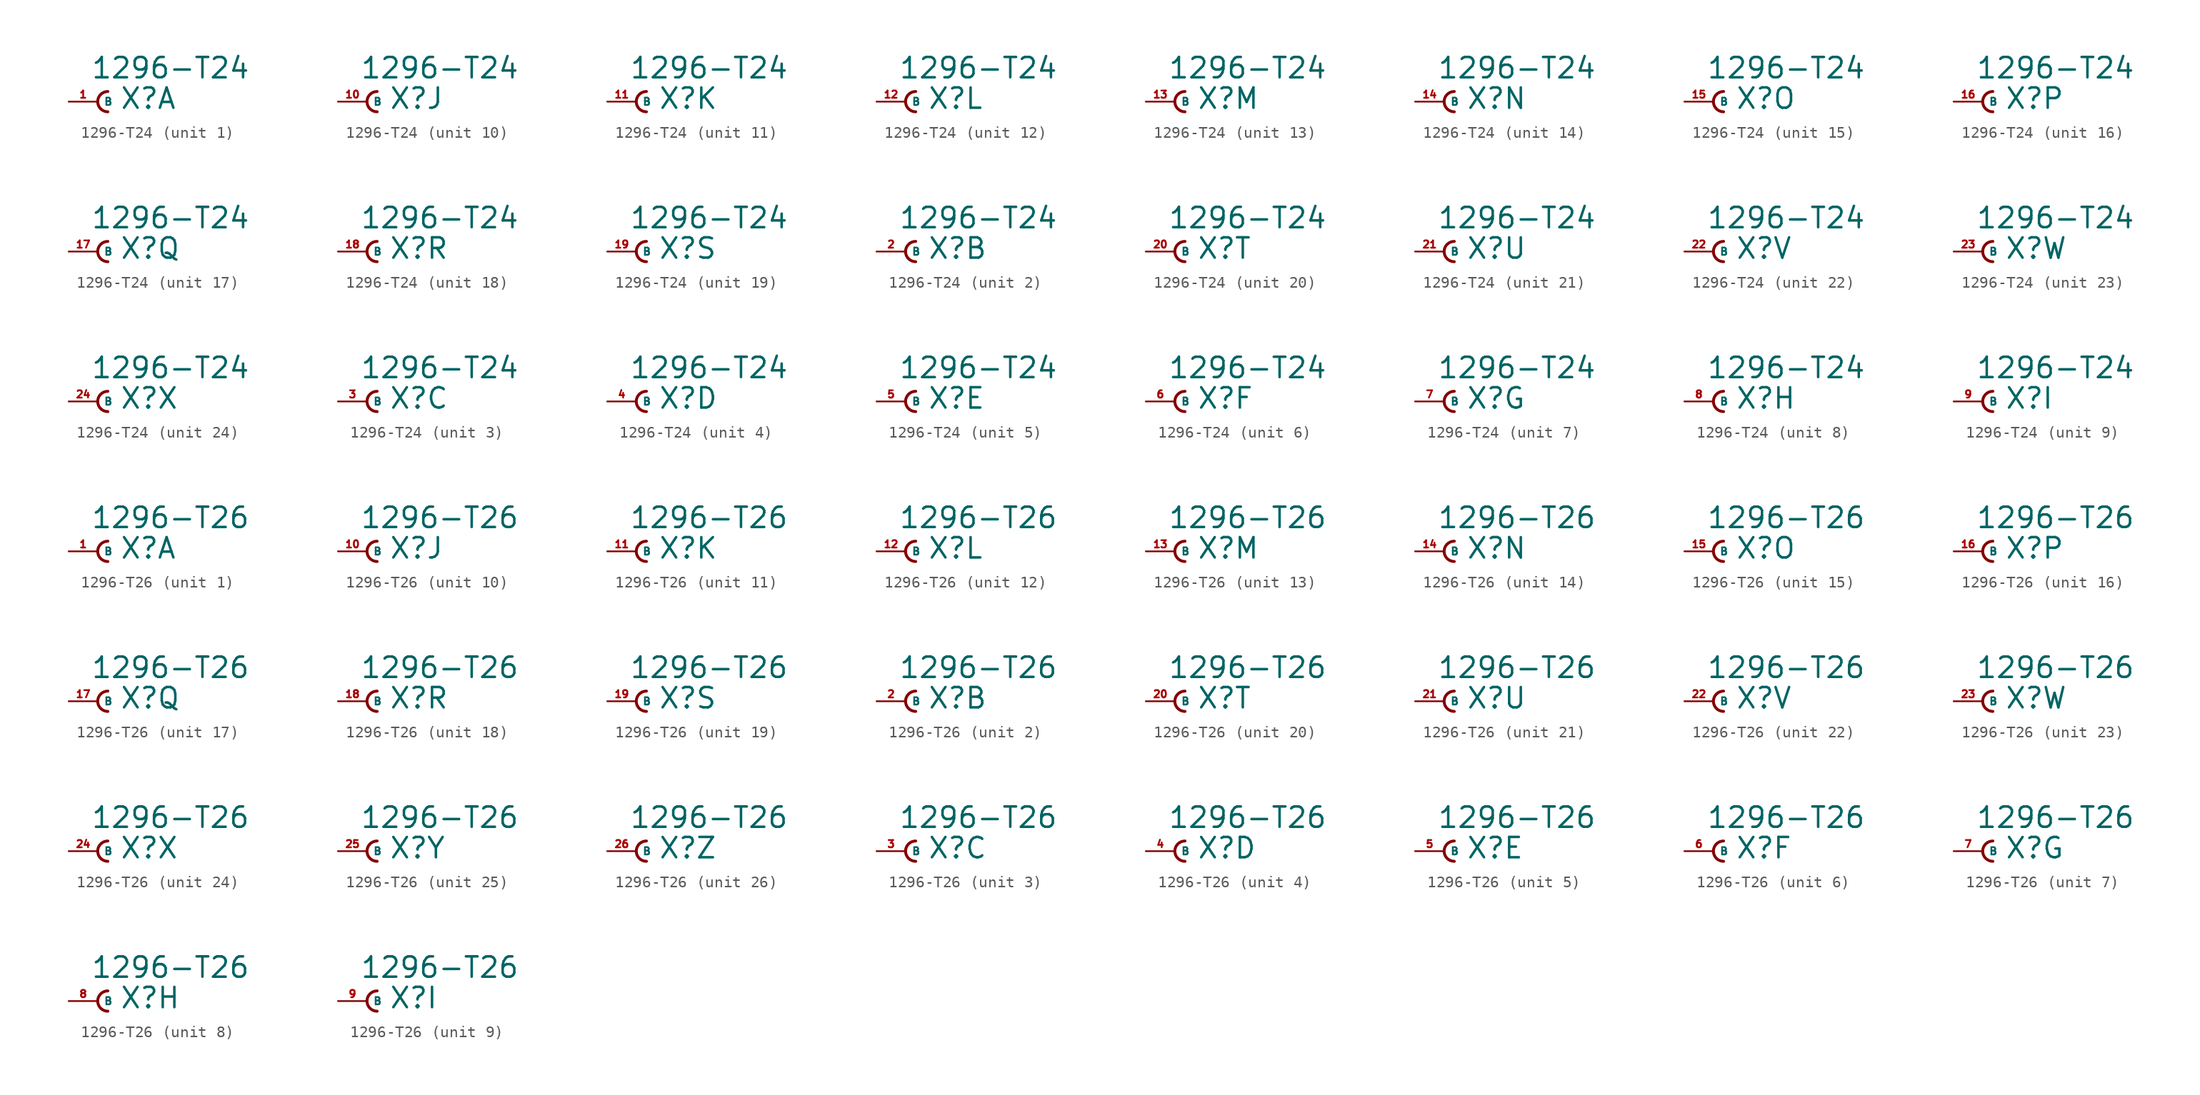
<source format=kicad_sym>
(kicad_symbol_lib
  (version 20220914)
  (generator Eagle2Kicad)
  (symbol "1296-T24"
    (property "Reference" "X"
      (at 1.905 -0.762 0)
      (effects (font (size 1.778 1.778) (thickness 0.22)) (justify left bottom)))
    (property "Value" "1296-T24"
      (at -0.635 1.905 0)
      (effects (font (size 1.778 1.778) (thickness 0.22)) (justify left bottom)))
    (symbol "1296-T24_1_0"
      (arc (start 0.889 0.889) (mid 0.000 0.000) (end 0.889 -0.889) (stroke (width 0.254) (type default)) (fill (type none)))
      (pin passive line (at -2.54 0 0) (length 2.54) (name "B" (effects (font (size 0.635 0.635) (thickness 0.08)) (justify left bottom))) (number "1" (effects (font (size 0.635 0.635) (thickness 0.08)) (justify left bottom)))))
    (symbol "1296-T24_2_0"
      (arc (start 0.889 0.889) (mid 0.000 0.000) (end 0.889 -0.889) (stroke (width 0.254) (type default)) (fill (type none)))
      (pin passive line (at -2.54 0 0) (length 2.54) (name "B" (effects (font (size 0.635 0.635) (thickness 0.08)) (justify left bottom))) (number "2" (effects (font (size 0.635 0.635) (thickness 0.08)) (justify left bottom)))))
    (symbol "1296-T24_3_0"
      (arc (start 0.889 0.889) (mid 0.000 0.000) (end 0.889 -0.889) (stroke (width 0.254) (type default)) (fill (type none)))
      (pin passive line (at -2.54 0 0) (length 2.54) (name "B" (effects (font (size 0.635 0.635) (thickness 0.08)) (justify left bottom))) (number "3" (effects (font (size 0.635 0.635) (thickness 0.08)) (justify left bottom)))))
    (symbol "1296-T24_4_0"
      (arc (start 0.889 0.889) (mid 0.000 0.000) (end 0.889 -0.889) (stroke (width 0.254) (type default)) (fill (type none)))
      (pin passive line (at -2.54 0 0) (length 2.54) (name "B" (effects (font (size 0.635 0.635) (thickness 0.08)) (justify left bottom))) (number "4" (effects (font (size 0.635 0.635) (thickness 0.08)) (justify left bottom)))))
    (symbol "1296-T24_5_0"
      (arc (start 0.889 0.889) (mid 0.000 0.000) (end 0.889 -0.889) (stroke (width 0.254) (type default)) (fill (type none)))
      (pin passive line (at -2.54 0 0) (length 2.54) (name "B" (effects (font (size 0.635 0.635) (thickness 0.08)) (justify left bottom))) (number "5" (effects (font (size 0.635 0.635) (thickness 0.08)) (justify left bottom)))))
    (symbol "1296-T24_6_0"
      (arc (start 0.889 0.889) (mid 0.000 0.000) (end 0.889 -0.889) (stroke (width 0.254) (type default)) (fill (type none)))
      (pin passive line (at -2.54 0 0) (length 2.54) (name "B" (effects (font (size 0.635 0.635) (thickness 0.08)) (justify left bottom))) (number "6" (effects (font (size 0.635 0.635) (thickness 0.08)) (justify left bottom)))))
    (symbol "1296-T24_7_0"
      (arc (start 0.889 0.889) (mid 0.000 0.000) (end 0.889 -0.889) (stroke (width 0.254) (type default)) (fill (type none)))
      (pin passive line (at -2.54 0 0) (length 2.54) (name "B" (effects (font (size 0.635 0.635) (thickness 0.08)) (justify left bottom))) (number "7" (effects (font (size 0.635 0.635) (thickness 0.08)) (justify left bottom)))))
    (symbol "1296-T24_8_0"
      (arc (start 0.889 0.889) (mid 0.000 0.000) (end 0.889 -0.889) (stroke (width 0.254) (type default)) (fill (type none)))
      (pin passive line (at -2.54 0 0) (length 2.54) (name "B" (effects (font (size 0.635 0.635) (thickness 0.08)) (justify left bottom))) (number "8" (effects (font (size 0.635 0.635) (thickness 0.08)) (justify left bottom)))))
    (symbol "1296-T24_9_0"
      (arc (start 0.889 0.889) (mid 0.000 0.000) (end 0.889 -0.889) (stroke (width 0.254) (type default)) (fill (type none)))
      (pin passive line (at -2.54 0 0) (length 2.54) (name "B" (effects (font (size 0.635 0.635) (thickness 0.08)) (justify left bottom))) (number "9" (effects (font (size 0.635 0.635) (thickness 0.08)) (justify left bottom)))))
    (symbol "1296-T24_10_0"
      (arc (start 0.889 0.889) (mid 0.000 0.000) (end 0.889 -0.889) (stroke (width 0.254) (type default)) (fill (type none)))
      (pin passive line (at -2.54 0 0) (length 2.54) (name "B" (effects (font (size 0.635 0.635) (thickness 0.08)) (justify left bottom))) (number "10" (effects (font (size 0.635 0.635) (thickness 0.08)) (justify left bottom)))))
    (symbol "1296-T24_11_0"
      (arc (start 0.889 0.889) (mid 0.000 0.000) (end 0.889 -0.889) (stroke (width 0.254) (type default)) (fill (type none)))
      (pin passive line (at -2.54 0 0) (length 2.54) (name "B" (effects (font (size 0.635 0.635) (thickness 0.08)) (justify left bottom))) (number "11" (effects (font (size 0.635 0.635) (thickness 0.08)) (justify left bottom)))))
    (symbol "1296-T24_12_0"
      (arc (start 0.889 0.889) (mid 0.000 0.000) (end 0.889 -0.889) (stroke (width 0.254) (type default)) (fill (type none)))
      (pin passive line (at -2.54 0 0) (length 2.54) (name "B" (effects (font (size 0.635 0.635) (thickness 0.08)) (justify left bottom))) (number "12" (effects (font (size 0.635 0.635) (thickness 0.08)) (justify left bottom)))))
    (symbol "1296-T24_13_0"
      (arc (start 0.889 0.889) (mid 0.000 0.000) (end 0.889 -0.889) (stroke (width 0.254) (type default)) (fill (type none)))
      (pin passive line (at -2.54 0 0) (length 2.54) (name "B" (effects (font (size 0.635 0.635) (thickness 0.08)) (justify left bottom))) (number "13" (effects (font (size 0.635 0.635) (thickness 0.08)) (justify left bottom)))))
    (symbol "1296-T24_14_0"
      (arc (start 0.889 0.889) (mid 0.000 0.000) (end 0.889 -0.889) (stroke (width 0.254) (type default)) (fill (type none)))
      (pin passive line (at -2.54 0 0) (length 2.54) (name "B" (effects (font (size 0.635 0.635) (thickness 0.08)) (justify left bottom))) (number "14" (effects (font (size 0.635 0.635) (thickness 0.08)) (justify left bottom)))))
    (symbol "1296-T24_15_0"
      (arc (start 0.889 0.889) (mid 0.000 0.000) (end 0.889 -0.889) (stroke (width 0.254) (type default)) (fill (type none)))
      (pin passive line (at -2.54 0 0) (length 2.54) (name "B" (effects (font (size 0.635 0.635) (thickness 0.08)) (justify left bottom))) (number "15" (effects (font (size 0.635 0.635) (thickness 0.08)) (justify left bottom)))))
    (symbol "1296-T24_16_0"
      (arc (start 0.889 0.889) (mid 0.000 0.000) (end 0.889 -0.889) (stroke (width 0.254) (type default)) (fill (type none)))
      (pin passive line (at -2.54 0 0) (length 2.54) (name "B" (effects (font (size 0.635 0.635) (thickness 0.08)) (justify left bottom))) (number "16" (effects (font (size 0.635 0.635) (thickness 0.08)) (justify left bottom)))))
    (symbol "1296-T24_17_0"
      (arc (start 0.889 0.889) (mid 0.000 0.000) (end 0.889 -0.889) (stroke (width 0.254) (type default)) (fill (type none)))
      (pin passive line (at -2.54 0 0) (length 2.54) (name "B" (effects (font (size 0.635 0.635) (thickness 0.08)) (justify left bottom))) (number "17" (effects (font (size 0.635 0.635) (thickness 0.08)) (justify left bottom)))))
    (symbol "1296-T24_18_0"
      (arc (start 0.889 0.889) (mid 0.000 0.000) (end 0.889 -0.889) (stroke (width 0.254) (type default)) (fill (type none)))
      (pin passive line (at -2.54 0 0) (length 2.54) (name "B" (effects (font (size 0.635 0.635) (thickness 0.08)) (justify left bottom))) (number "18" (effects (font (size 0.635 0.635) (thickness 0.08)) (justify left bottom)))))
    (symbol "1296-T24_19_0"
      (arc (start 0.889 0.889) (mid 0.000 0.000) (end 0.889 -0.889) (stroke (width 0.254) (type default)) (fill (type none)))
      (pin passive line (at -2.54 0 0) (length 2.54) (name "B" (effects (font (size 0.635 0.635) (thickness 0.08)) (justify left bottom))) (number "19" (effects (font (size 0.635 0.635) (thickness 0.08)) (justify left bottom)))))
    (symbol "1296-T24_20_0"
      (arc (start 0.889 0.889) (mid 0.000 0.000) (end 0.889 -0.889) (stroke (width 0.254) (type default)) (fill (type none)))
      (pin passive line (at -2.54 0 0) (length 2.54) (name "B" (effects (font (size 0.635 0.635) (thickness 0.08)) (justify left bottom))) (number "20" (effects (font (size 0.635 0.635) (thickness 0.08)) (justify left bottom)))))
    (symbol "1296-T24_21_0"
      (arc (start 0.889 0.889) (mid 0.000 0.000) (end 0.889 -0.889) (stroke (width 0.254) (type default)) (fill (type none)))
      (pin passive line (at -2.54 0 0) (length 2.54) (name "B" (effects (font (size 0.635 0.635) (thickness 0.08)) (justify left bottom))) (number "21" (effects (font (size 0.635 0.635) (thickness 0.08)) (justify left bottom)))))
    (symbol "1296-T24_22_0"
      (arc (start 0.889 0.889) (mid 0.000 0.000) (end 0.889 -0.889) (stroke (width 0.254) (type default)) (fill (type none)))
      (pin passive line (at -2.54 0 0) (length 2.54) (name "B" (effects (font (size 0.635 0.635) (thickness 0.08)) (justify left bottom))) (number "22" (effects (font (size 0.635 0.635) (thickness 0.08)) (justify left bottom)))))
    (symbol "1296-T24_23_0"
      (arc (start 0.889 0.889) (mid 0.000 0.000) (end 0.889 -0.889) (stroke (width 0.254) (type default)) (fill (type none)))
      (pin passive line (at -2.54 0 0) (length 2.54) (name "B" (effects (font (size 0.635 0.635) (thickness 0.08)) (justify left bottom))) (number "23" (effects (font (size 0.635 0.635) (thickness 0.08)) (justify left bottom)))))
    (symbol "1296-T24_24_0"
      (arc (start 0.889 0.889) (mid 0.000 0.000) (end 0.889 -0.889) (stroke (width 0.254) (type default)) (fill (type none)))
      (pin passive line (at -2.54 0 0) (length 2.54) (name "B" (effects (font (size 0.635 0.635) (thickness 0.08)) (justify left bottom))) (number "24" (effects (font (size 0.635 0.635) (thickness 0.08)) (justify left bottom))))))
  (symbol "1296-T26"
    (property "Reference" "X"
      (at 1.905 -0.762 0)
      (effects (font (size 1.778 1.778) (thickness 0.22)) (justify left bottom)))
    (property "Value" "1296-T26"
      (at -0.635 1.905 0)
      (effects (font (size 1.778 1.778) (thickness 0.22)) (justify left bottom)))
    (symbol "1296-T26_1_0"
      (arc (start 0.889 0.889) (mid 0.000 0.000) (end 0.889 -0.889) (stroke (width 0.254) (type default)) (fill (type none)))
      (pin passive line (at -2.54 0 0) (length 2.54) (name "B" (effects (font (size 0.635 0.635) (thickness 0.08)) (justify left bottom))) (number "1" (effects (font (size 0.635 0.635) (thickness 0.08)) (justify left bottom)))))
    (symbol "1296-T26_2_0"
      (arc (start 0.889 0.889) (mid 0.000 0.000) (end 0.889 -0.889) (stroke (width 0.254) (type default)) (fill (type none)))
      (pin passive line (at -2.54 0 0) (length 2.54) (name "B" (effects (font (size 0.635 0.635) (thickness 0.08)) (justify left bottom))) (number "2" (effects (font (size 0.635 0.635) (thickness 0.08)) (justify left bottom)))))
    (symbol "1296-T26_3_0"
      (arc (start 0.889 0.889) (mid 0.000 0.000) (end 0.889 -0.889) (stroke (width 0.254) (type default)) (fill (type none)))
      (pin passive line (at -2.54 0 0) (length 2.54) (name "B" (effects (font (size 0.635 0.635) (thickness 0.08)) (justify left bottom))) (number "3" (effects (font (size 0.635 0.635) (thickness 0.08)) (justify left bottom)))))
    (symbol "1296-T26_4_0"
      (arc (start 0.889 0.889) (mid 0.000 0.000) (end 0.889 -0.889) (stroke (width 0.254) (type default)) (fill (type none)))
      (pin passive line (at -2.54 0 0) (length 2.54) (name "B" (effects (font (size 0.635 0.635) (thickness 0.08)) (justify left bottom))) (number "4" (effects (font (size 0.635 0.635) (thickness 0.08)) (justify left bottom)))))
    (symbol "1296-T26_5_0"
      (arc (start 0.889 0.889) (mid 0.000 0.000) (end 0.889 -0.889) (stroke (width 0.254) (type default)) (fill (type none)))
      (pin passive line (at -2.54 0 0) (length 2.54) (name "B" (effects (font (size 0.635 0.635) (thickness 0.08)) (justify left bottom))) (number "5" (effects (font (size 0.635 0.635) (thickness 0.08)) (justify left bottom)))))
    (symbol "1296-T26_6_0"
      (arc (start 0.889 0.889) (mid 0.000 0.000) (end 0.889 -0.889) (stroke (width 0.254) (type default)) (fill (type none)))
      (pin passive line (at -2.54 0 0) (length 2.54) (name "B" (effects (font (size 0.635 0.635) (thickness 0.08)) (justify left bottom))) (number "6" (effects (font (size 0.635 0.635) (thickness 0.08)) (justify left bottom)))))
    (symbol "1296-T26_7_0"
      (arc (start 0.889 0.889) (mid 0.000 0.000) (end 0.889 -0.889) (stroke (width 0.254) (type default)) (fill (type none)))
      (pin passive line (at -2.54 0 0) (length 2.54) (name "B" (effects (font (size 0.635 0.635) (thickness 0.08)) (justify left bottom))) (number "7" (effects (font (size 0.635 0.635) (thickness 0.08)) (justify left bottom)))))
    (symbol "1296-T26_8_0"
      (arc (start 0.889 0.889) (mid 0.000 0.000) (end 0.889 -0.889) (stroke (width 0.254) (type default)) (fill (type none)))
      (pin passive line (at -2.54 0 0) (length 2.54) (name "B" (effects (font (size 0.635 0.635) (thickness 0.08)) (justify left bottom))) (number "8" (effects (font (size 0.635 0.635) (thickness 0.08)) (justify left bottom)))))
    (symbol "1296-T26_9_0"
      (arc (start 0.889 0.889) (mid 0.000 0.000) (end 0.889 -0.889) (stroke (width 0.254) (type default)) (fill (type none)))
      (pin passive line (at -2.54 0 0) (length 2.54) (name "B" (effects (font (size 0.635 0.635) (thickness 0.08)) (justify left bottom))) (number "9" (effects (font (size 0.635 0.635) (thickness 0.08)) (justify left bottom)))))
    (symbol "1296-T26_10_0"
      (arc (start 0.889 0.889) (mid 0.000 0.000) (end 0.889 -0.889) (stroke (width 0.254) (type default)) (fill (type none)))
      (pin passive line (at -2.54 0 0) (length 2.54) (name "B" (effects (font (size 0.635 0.635) (thickness 0.08)) (justify left bottom))) (number "10" (effects (font (size 0.635 0.635) (thickness 0.08)) (justify left bottom)))))
    (symbol "1296-T26_11_0"
      (arc (start 0.889 0.889) (mid 0.000 0.000) (end 0.889 -0.889) (stroke (width 0.254) (type default)) (fill (type none)))
      (pin passive line (at -2.54 0 0) (length 2.54) (name "B" (effects (font (size 0.635 0.635) (thickness 0.08)) (justify left bottom))) (number "11" (effects (font (size 0.635 0.635) (thickness 0.08)) (justify left bottom)))))
    (symbol "1296-T26_12_0"
      (arc (start 0.889 0.889) (mid 0.000 0.000) (end 0.889 -0.889) (stroke (width 0.254) (type default)) (fill (type none)))
      (pin passive line (at -2.54 0 0) (length 2.54) (name "B" (effects (font (size 0.635 0.635) (thickness 0.08)) (justify left bottom))) (number "12" (effects (font (size 0.635 0.635) (thickness 0.08)) (justify left bottom)))))
    (symbol "1296-T26_13_0"
      (arc (start 0.889 0.889) (mid 0.000 0.000) (end 0.889 -0.889) (stroke (width 0.254) (type default)) (fill (type none)))
      (pin passive line (at -2.54 0 0) (length 2.54) (name "B" (effects (font (size 0.635 0.635) (thickness 0.08)) (justify left bottom))) (number "13" (effects (font (size 0.635 0.635) (thickness 0.08)) (justify left bottom)))))
    (symbol "1296-T26_14_0"
      (arc (start 0.889 0.889) (mid 0.000 0.000) (end 0.889 -0.889) (stroke (width 0.254) (type default)) (fill (type none)))
      (pin passive line (at -2.54 0 0) (length 2.54) (name "B" (effects (font (size 0.635 0.635) (thickness 0.08)) (justify left bottom))) (number "14" (effects (font (size 0.635 0.635) (thickness 0.08)) (justify left bottom)))))
    (symbol "1296-T26_15_0"
      (arc (start 0.889 0.889) (mid 0.000 0.000) (end 0.889 -0.889) (stroke (width 0.254) (type default)) (fill (type none)))
      (pin passive line (at -2.54 0 0) (length 2.54) (name "B" (effects (font (size 0.635 0.635) (thickness 0.08)) (justify left bottom))) (number "15" (effects (font (size 0.635 0.635) (thickness 0.08)) (justify left bottom)))))
    (symbol "1296-T26_16_0"
      (arc (start 0.889 0.889) (mid 0.000 0.000) (end 0.889 -0.889) (stroke (width 0.254) (type default)) (fill (type none)))
      (pin passive line (at -2.54 0 0) (length 2.54) (name "B" (effects (font (size 0.635 0.635) (thickness 0.08)) (justify left bottom))) (number "16" (effects (font (size 0.635 0.635) (thickness 0.08)) (justify left bottom)))))
    (symbol "1296-T26_17_0"
      (arc (start 0.889 0.889) (mid 0.000 0.000) (end 0.889 -0.889) (stroke (width 0.254) (type default)) (fill (type none)))
      (pin passive line (at -2.54 0 0) (length 2.54) (name "B" (effects (font (size 0.635 0.635) (thickness 0.08)) (justify left bottom))) (number "17" (effects (font (size 0.635 0.635) (thickness 0.08)) (justify left bottom)))))
    (symbol "1296-T26_18_0"
      (arc (start 0.889 0.889) (mid 0.000 0.000) (end 0.889 -0.889) (stroke (width 0.254) (type default)) (fill (type none)))
      (pin passive line (at -2.54 0 0) (length 2.54) (name "B" (effects (font (size 0.635 0.635) (thickness 0.08)) (justify left bottom))) (number "18" (effects (font (size 0.635 0.635) (thickness 0.08)) (justify left bottom)))))
    (symbol "1296-T26_19_0"
      (arc (start 0.889 0.889) (mid 0.000 0.000) (end 0.889 -0.889) (stroke (width 0.254) (type default)) (fill (type none)))
      (pin passive line (at -2.54 0 0) (length 2.54) (name "B" (effects (font (size 0.635 0.635) (thickness 0.08)) (justify left bottom))) (number "19" (effects (font (size 0.635 0.635) (thickness 0.08)) (justify left bottom)))))
    (symbol "1296-T26_20_0"
      (arc (start 0.889 0.889) (mid 0.000 0.000) (end 0.889 -0.889) (stroke (width 0.254) (type default)) (fill (type none)))
      (pin passive line (at -2.54 0 0) (length 2.54) (name "B" (effects (font (size 0.635 0.635) (thickness 0.08)) (justify left bottom))) (number "20" (effects (font (size 0.635 0.635) (thickness 0.08)) (justify left bottom)))))
    (symbol "1296-T26_21_0"
      (arc (start 0.889 0.889) (mid 0.000 0.000) (end 0.889 -0.889) (stroke (width 0.254) (type default)) (fill (type none)))
      (pin passive line (at -2.54 0 0) (length 2.54) (name "B" (effects (font (size 0.635 0.635) (thickness 0.08)) (justify left bottom))) (number "21" (effects (font (size 0.635 0.635) (thickness 0.08)) (justify left bottom)))))
    (symbol "1296-T26_22_0"
      (arc (start 0.889 0.889) (mid 0.000 0.000) (end 0.889 -0.889) (stroke (width 0.254) (type default)) (fill (type none)))
      (pin passive line (at -2.54 0 0) (length 2.54) (name "B" (effects (font (size 0.635 0.635) (thickness 0.08)) (justify left bottom))) (number "22" (effects (font (size 0.635 0.635) (thickness 0.08)) (justify left bottom)))))
    (symbol "1296-T26_23_0"
      (arc (start 0.889 0.889) (mid 0.000 0.000) (end 0.889 -0.889) (stroke (width 0.254) (type default)) (fill (type none)))
      (pin passive line (at -2.54 0 0) (length 2.54) (name "B" (effects (font (size 0.635 0.635) (thickness 0.08)) (justify left bottom))) (number "23" (effects (font (size 0.635 0.635) (thickness 0.08)) (justify left bottom)))))
    (symbol "1296-T26_24_0"
      (arc (start 0.889 0.889) (mid 0.000 0.000) (end 0.889 -0.889) (stroke (width 0.254) (type default)) (fill (type none)))
      (pin passive line (at -2.54 0 0) (length 2.54) (name "B" (effects (font (size 0.635 0.635) (thickness 0.08)) (justify left bottom))) (number "24" (effects (font (size 0.635 0.635) (thickness 0.08)) (justify left bottom)))))
    (symbol "1296-T26_25_0"
      (arc (start 0.889 0.889) (mid 0.000 0.000) (end 0.889 -0.889) (stroke (width 0.254) (type default)) (fill (type none)))
      (pin passive line (at -2.54 0 0) (length 2.54) (name "B" (effects (font (size 0.635 0.635) (thickness 0.08)) (justify left bottom))) (number "25" (effects (font (size 0.635 0.635) (thickness 0.08)) (justify left bottom)))))
    (symbol "1296-T26_26_0"
      (arc (start 0.889 0.889) (mid 0.000 0.000) (end 0.889 -0.889) (stroke (width 0.254) (type default)) (fill (type none)))
      (pin passive line (at -2.54 0 0) (length 2.54) (name "B" (effects (font (size 0.635 0.635) (thickness 0.08)) (justify left bottom))) (number "26" (effects (font (size 0.635 0.635) (thickness 0.08)) (justify left bottom)))))))
</source>
